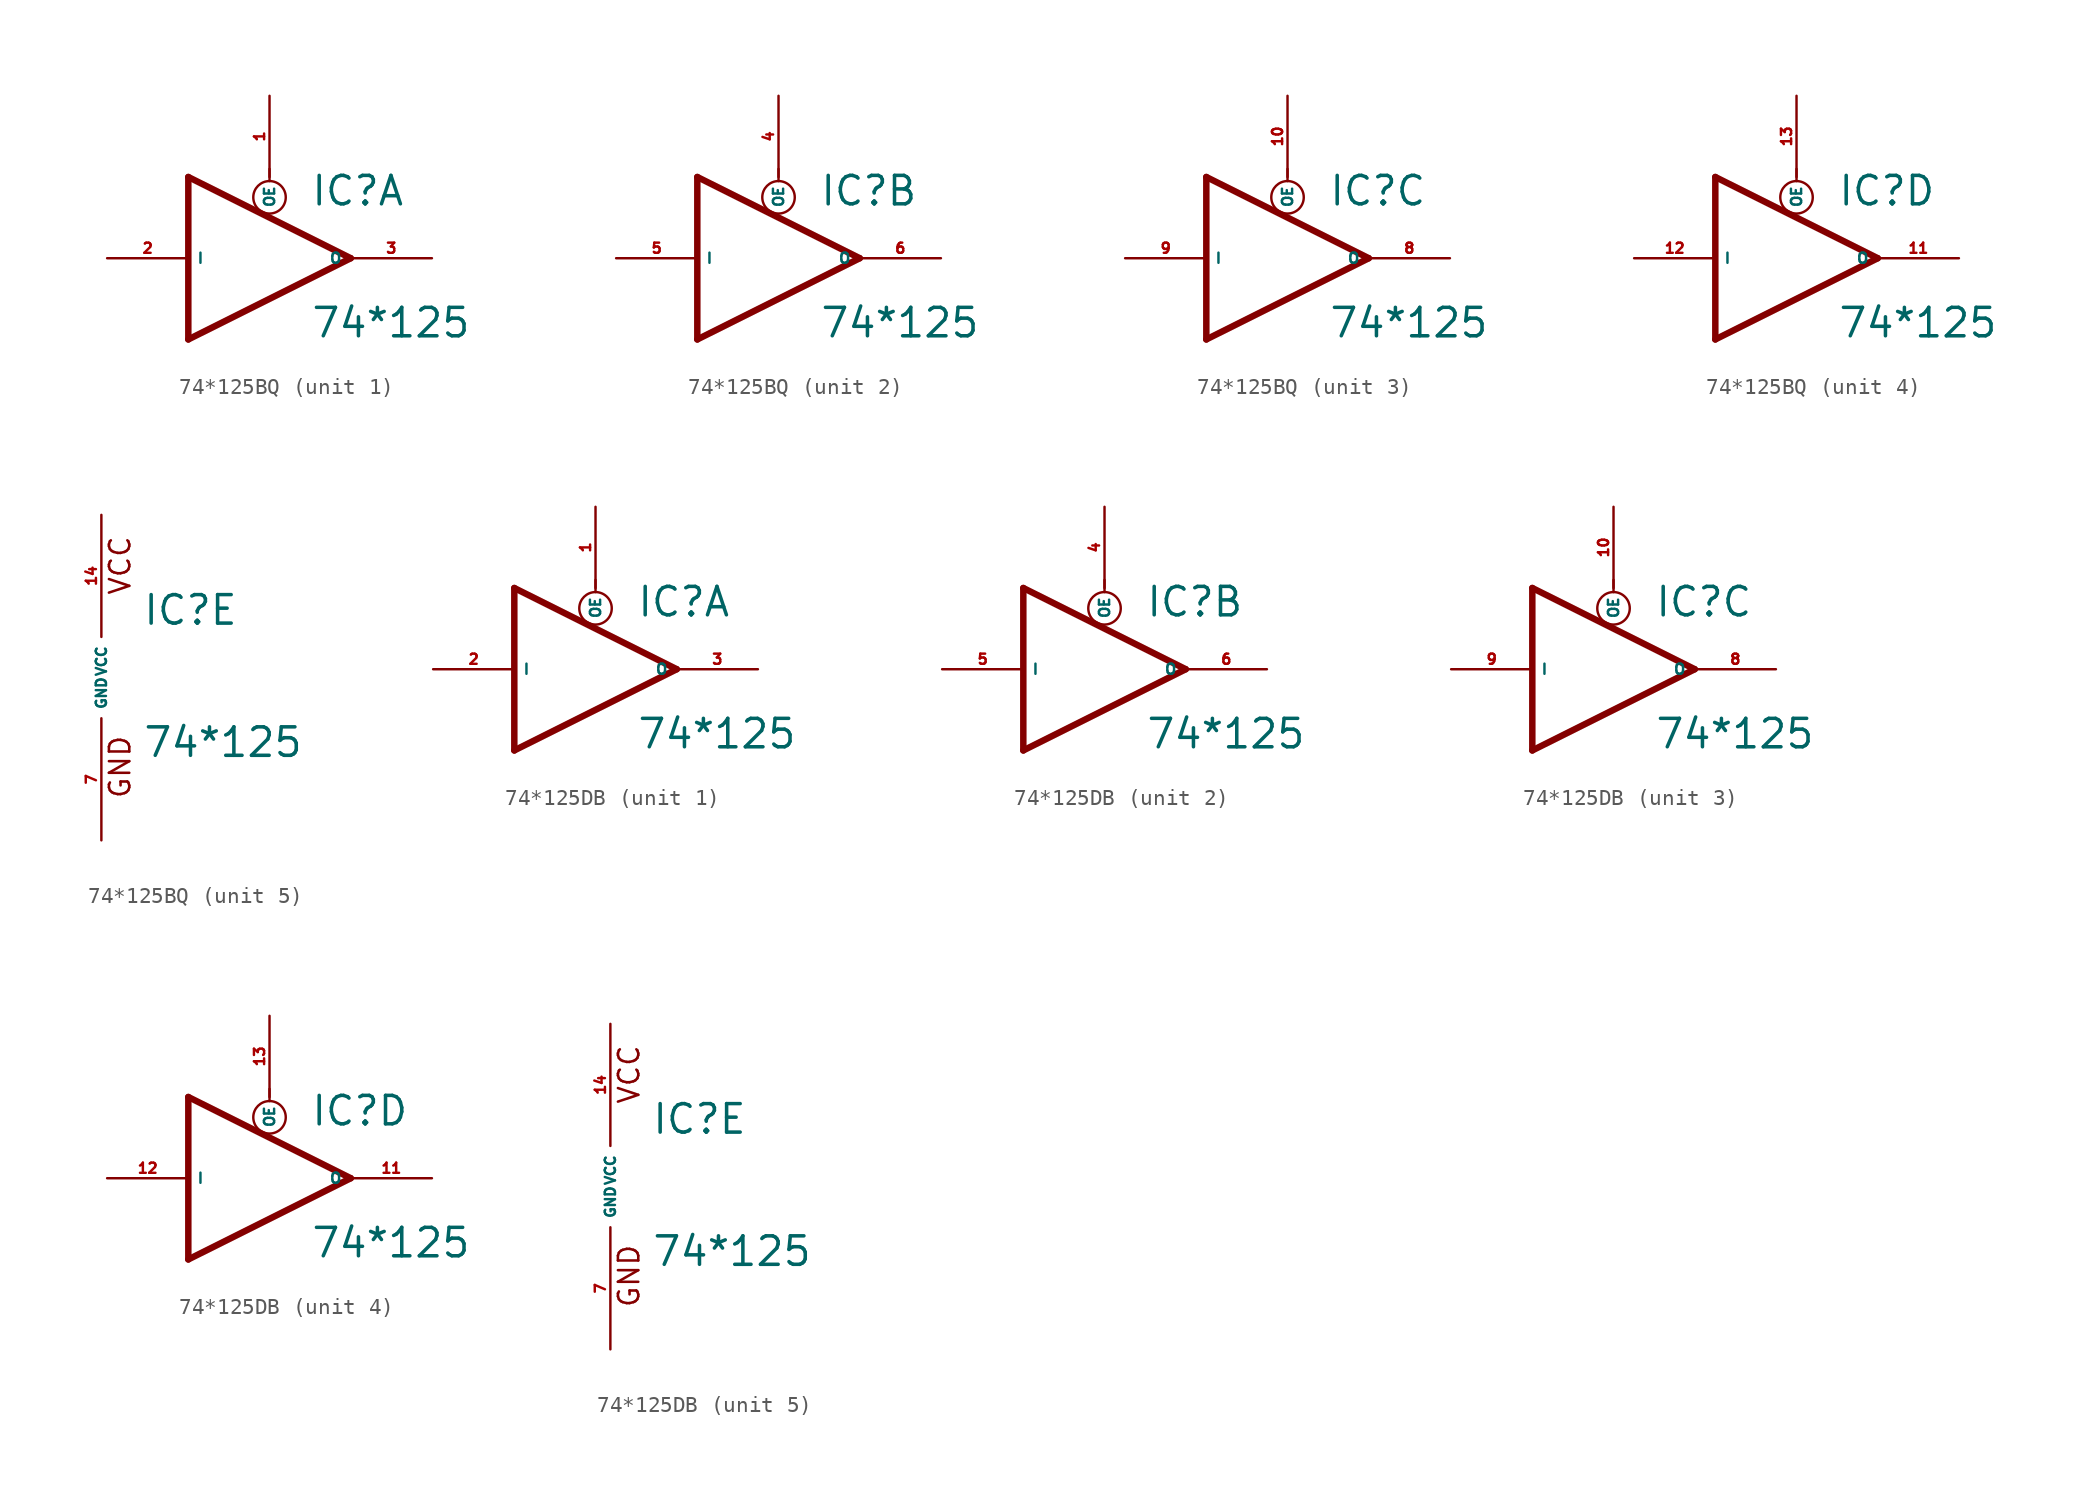
<source format=kicad_sym>
(kicad_symbol_lib
  (version 20220914)
  (generator Eagle2Kicad)
  (symbol "74*125BQ"
    (property "Reference" "IC"
      (at 2.54 3.175 0)
      (effects (font (size 1.778 1.778) (thickness 0.22)) (justify left bottom)))
    (property "Value" "74*125"
      (at 2.54 -5.08 0)
      (effects (font (size 1.778 1.778) (thickness 0.22)) (justify left bottom)))
    (symbol "74*125BQ_1_0"
      (polyline (pts (xy 5.08 0) (xy -5.08 5.08)) (stroke (width 0.406) (type default)) (fill (type none)))
      (polyline (pts (xy 5.08 0) (xy -5.08 -5.08)) (stroke (width 0.406) (type default)) (fill (type none)))
      (polyline (pts (xy -5.08 -5.08) (xy -5.08 5.08)) (stroke (width 0.406) (type default)) (fill (type none)))
      (polyline (pts (xy 0 4.826) (xy 0 5.588)) (stroke (width 0.152) (type default)) (fill (type none)))
      (circle (center 0 3.81) (radius 1.016) (stroke (width 0.152) (type default)) (fill (type none)))
      (pin input line (at 0 10.16 270) (length 5.08) (name "OE" (effects (font (size 0.635 0.635) (thickness 0.08)) (justify left bottom))) (number "1" (effects (font (size 0.635 0.635) (thickness 0.08)) (justify left bottom))))
      (pin input line (at -10.16 0 0) (length 5.08) (name "I" (effects (font (size 0.635 0.635) (thickness 0.08)) (justify left bottom))) (number "2" (effects (font (size 0.635 0.635) (thickness 0.08)) (justify left bottom))))
      (pin tri_state line (at 10.16 0 180) (length 5.08) (name "O" (effects (font (size 0.635 0.635) (thickness 0.08)) (justify left bottom))) (number "3" (effects (font (size 0.635 0.635) (thickness 0.08)) (justify left bottom)))))
    (symbol "74*125BQ_2_0"
      (polyline (pts (xy 5.08 0) (xy -5.08 5.08)) (stroke (width 0.406) (type default)) (fill (type none)))
      (polyline (pts (xy 5.08 0) (xy -5.08 -5.08)) (stroke (width 0.406) (type default)) (fill (type none)))
      (polyline (pts (xy -5.08 -5.08) (xy -5.08 5.08)) (stroke (width 0.406) (type default)) (fill (type none)))
      (polyline (pts (xy 0 4.826) (xy 0 5.588)) (stroke (width 0.152) (type default)) (fill (type none)))
      (circle (center 0 3.81) (radius 1.016) (stroke (width 0.152) (type default)) (fill (type none)))
      (pin input line (at 0 10.16 270) (length 5.08) (name "OE" (effects (font (size 0.635 0.635) (thickness 0.08)) (justify left bottom))) (number "4" (effects (font (size 0.635 0.635) (thickness 0.08)) (justify left bottom))))
      (pin input line (at -10.16 0 0) (length 5.08) (name "I" (effects (font (size 0.635 0.635) (thickness 0.08)) (justify left bottom))) (number "5" (effects (font (size 0.635 0.635) (thickness 0.08)) (justify left bottom))))
      (pin tri_state line (at 10.16 0 180) (length 5.08) (name "O" (effects (font (size 0.635 0.635) (thickness 0.08)) (justify left bottom))) (number "6" (effects (font (size 0.635 0.635) (thickness 0.08)) (justify left bottom)))))
    (symbol "74*125BQ_3_0"
      (polyline (pts (xy 5.08 0) (xy -5.08 5.08)) (stroke (width 0.406) (type default)) (fill (type none)))
      (polyline (pts (xy 5.08 0) (xy -5.08 -5.08)) (stroke (width 0.406) (type default)) (fill (type none)))
      (polyline (pts (xy -5.08 -5.08) (xy -5.08 5.08)) (stroke (width 0.406) (type default)) (fill (type none)))
      (polyline (pts (xy 0 4.826) (xy 0 5.588)) (stroke (width 0.152) (type default)) (fill (type none)))
      (circle (center 0 3.81) (radius 1.016) (stroke (width 0.152) (type default)) (fill (type none)))
      (pin input line (at 0 10.16 270) (length 5.08) (name "OE" (effects (font (size 0.635 0.635) (thickness 0.08)) (justify left bottom))) (number "10" (effects (font (size 0.635 0.635) (thickness 0.08)) (justify left bottom))))
      (pin input line (at -10.16 0 0) (length 5.08) (name "I" (effects (font (size 0.635 0.635) (thickness 0.08)) (justify left bottom))) (number "9" (effects (font (size 0.635 0.635) (thickness 0.08)) (justify left bottom))))
      (pin tri_state line (at 10.16 0 180) (length 5.08) (name "O" (effects (font (size 0.635 0.635) (thickness 0.08)) (justify left bottom))) (number "8" (effects (font (size 0.635 0.635) (thickness 0.08)) (justify left bottom)))))
    (symbol "74*125BQ_4_0"
      (polyline (pts (xy 5.08 0) (xy -5.08 5.08)) (stroke (width 0.406) (type default)) (fill (type none)))
      (polyline (pts (xy 5.08 0) (xy -5.08 -5.08)) (stroke (width 0.406) (type default)) (fill (type none)))
      (polyline (pts (xy -5.08 -5.08) (xy -5.08 5.08)) (stroke (width 0.406) (type default)) (fill (type none)))
      (polyline (pts (xy 0 4.826) (xy 0 5.588)) (stroke (width 0.152) (type default)) (fill (type none)))
      (circle (center 0 3.81) (radius 1.016) (stroke (width 0.152) (type default)) (fill (type none)))
      (pin input line (at 0 10.16 270) (length 5.08) (name "OE" (effects (font (size 0.635 0.635) (thickness 0.08)) (justify left bottom))) (number "13" (effects (font (size 0.635 0.635) (thickness 0.08)) (justify left bottom))))
      (pin input line (at -10.16 0 0) (length 5.08) (name "I" (effects (font (size 0.635 0.635) (thickness 0.08)) (justify left bottom))) (number "12" (effects (font (size 0.635 0.635) (thickness 0.08)) (justify left bottom))))
      (pin tri_state line (at 10.16 0 180) (length 5.08) (name "O" (effects (font (size 0.635 0.635) (thickness 0.08)) (justify left bottom))) (number "11" (effects (font (size 0.635 0.635) (thickness 0.08)) (justify left bottom)))))
    (symbol "74*125BQ_5_0"
      (text "GND" (at 1.905 -7.62 900) (effects (font (size 1.27 1.27) (thickness 0.16)) (justify left bottom)))
      (text "VCC" (at 1.905 5.08 900) (effects (font (size 1.27 1.27) (thickness 0.16)) (justify left bottom)))
      (pin unspecified line (at 0 -10.16 90) (length 7.62) (name "GND" (effects (font (size 0.635 0.635) (thickness 0.08)) (justify left bottom))) (number "7" (effects (font (size 0.635 0.635) (thickness 0.08)) (justify left bottom))))
      (pin unspecified line (at 0 10.16 270) (length 7.62) (name "VCC" (effects (font (size 0.635 0.635) (thickness 0.08)) (justify left bottom))) (number "14" (effects (font (size 0.635 0.635) (thickness 0.08)) (justify left bottom))))))
  (symbol "74*125DB"
    (property "Reference" "IC"
      (at 2.54 3.175 0)
      (effects (font (size 1.778 1.778) (thickness 0.22)) (justify left bottom)))
    (property "Value" "74*125"
      (at 2.54 -5.08 0)
      (effects (font (size 1.778 1.778) (thickness 0.22)) (justify left bottom)))
    (symbol "74*125DB_1_0"
      (polyline (pts (xy 5.08 0) (xy -5.08 5.08)) (stroke (width 0.406) (type default)) (fill (type none)))
      (polyline (pts (xy 5.08 0) (xy -5.08 -5.08)) (stroke (width 0.406) (type default)) (fill (type none)))
      (polyline (pts (xy -5.08 -5.08) (xy -5.08 5.08)) (stroke (width 0.406) (type default)) (fill (type none)))
      (polyline (pts (xy 0 4.826) (xy 0 5.588)) (stroke (width 0.152) (type default)) (fill (type none)))
      (circle (center 0 3.81) (radius 1.016) (stroke (width 0.152) (type default)) (fill (type none)))
      (pin input line (at 0 10.16 270) (length 5.08) (name "OE" (effects (font (size 0.635 0.635) (thickness 0.08)) (justify left bottom))) (number "1" (effects (font (size 0.635 0.635) (thickness 0.08)) (justify left bottom))))
      (pin input line (at -10.16 0 0) (length 5.08) (name "I" (effects (font (size 0.635 0.635) (thickness 0.08)) (justify left bottom))) (number "2" (effects (font (size 0.635 0.635) (thickness 0.08)) (justify left bottom))))
      (pin tri_state line (at 10.16 0 180) (length 5.08) (name "O" (effects (font (size 0.635 0.635) (thickness 0.08)) (justify left bottom))) (number "3" (effects (font (size 0.635 0.635) (thickness 0.08)) (justify left bottom)))))
    (symbol "74*125DB_2_0"
      (polyline (pts (xy 5.08 0) (xy -5.08 5.08)) (stroke (width 0.406) (type default)) (fill (type none)))
      (polyline (pts (xy 5.08 0) (xy -5.08 -5.08)) (stroke (width 0.406) (type default)) (fill (type none)))
      (polyline (pts (xy -5.08 -5.08) (xy -5.08 5.08)) (stroke (width 0.406) (type default)) (fill (type none)))
      (polyline (pts (xy 0 4.826) (xy 0 5.588)) (stroke (width 0.152) (type default)) (fill (type none)))
      (circle (center 0 3.81) (radius 1.016) (stroke (width 0.152) (type default)) (fill (type none)))
      (pin input line (at 0 10.16 270) (length 5.08) (name "OE" (effects (font (size 0.635 0.635) (thickness 0.08)) (justify left bottom))) (number "4" (effects (font (size 0.635 0.635) (thickness 0.08)) (justify left bottom))))
      (pin input line (at -10.16 0 0) (length 5.08) (name "I" (effects (font (size 0.635 0.635) (thickness 0.08)) (justify left bottom))) (number "5" (effects (font (size 0.635 0.635) (thickness 0.08)) (justify left bottom))))
      (pin tri_state line (at 10.16 0 180) (length 5.08) (name "O" (effects (font (size 0.635 0.635) (thickness 0.08)) (justify left bottom))) (number "6" (effects (font (size 0.635 0.635) (thickness 0.08)) (justify left bottom)))))
    (symbol "74*125DB_3_0"
      (polyline (pts (xy 5.08 0) (xy -5.08 5.08)) (stroke (width 0.406) (type default)) (fill (type none)))
      (polyline (pts (xy 5.08 0) (xy -5.08 -5.08)) (stroke (width 0.406) (type default)) (fill (type none)))
      (polyline (pts (xy -5.08 -5.08) (xy -5.08 5.08)) (stroke (width 0.406) (type default)) (fill (type none)))
      (polyline (pts (xy 0 4.826) (xy 0 5.588)) (stroke (width 0.152) (type default)) (fill (type none)))
      (circle (center 0 3.81) (radius 1.016) (stroke (width 0.152) (type default)) (fill (type none)))
      (pin input line (at 0 10.16 270) (length 5.08) (name "OE" (effects (font (size 0.635 0.635) (thickness 0.08)) (justify left bottom))) (number "10" (effects (font (size 0.635 0.635) (thickness 0.08)) (justify left bottom))))
      (pin input line (at -10.16 0 0) (length 5.08) (name "I" (effects (font (size 0.635 0.635) (thickness 0.08)) (justify left bottom))) (number "9" (effects (font (size 0.635 0.635) (thickness 0.08)) (justify left bottom))))
      (pin tri_state line (at 10.16 0 180) (length 5.08) (name "O" (effects (font (size 0.635 0.635) (thickness 0.08)) (justify left bottom))) (number "8" (effects (font (size 0.635 0.635) (thickness 0.08)) (justify left bottom)))))
    (symbol "74*125DB_4_0"
      (polyline (pts (xy 5.08 0) (xy -5.08 5.08)) (stroke (width 0.406) (type default)) (fill (type none)))
      (polyline (pts (xy 5.08 0) (xy -5.08 -5.08)) (stroke (width 0.406) (type default)) (fill (type none)))
      (polyline (pts (xy -5.08 -5.08) (xy -5.08 5.08)) (stroke (width 0.406) (type default)) (fill (type none)))
      (polyline (pts (xy 0 4.826) (xy 0 5.588)) (stroke (width 0.152) (type default)) (fill (type none)))
      (circle (center 0 3.81) (radius 1.016) (stroke (width 0.152) (type default)) (fill (type none)))
      (pin input line (at 0 10.16 270) (length 5.08) (name "OE" (effects (font (size 0.635 0.635) (thickness 0.08)) (justify left bottom))) (number "13" (effects (font (size 0.635 0.635) (thickness 0.08)) (justify left bottom))))
      (pin input line (at -10.16 0 0) (length 5.08) (name "I" (effects (font (size 0.635 0.635) (thickness 0.08)) (justify left bottom))) (number "12" (effects (font (size 0.635 0.635) (thickness 0.08)) (justify left bottom))))
      (pin tri_state line (at 10.16 0 180) (length 5.08) (name "O" (effects (font (size 0.635 0.635) (thickness 0.08)) (justify left bottom))) (number "11" (effects (font (size 0.635 0.635) (thickness 0.08)) (justify left bottom)))))
    (symbol "74*125DB_5_0"
      (text "GND" (at 1.905 -7.62 900) (effects (font (size 1.27 1.27) (thickness 0.16)) (justify left bottom)))
      (text "VCC" (at 1.905 5.08 900) (effects (font (size 1.27 1.27) (thickness 0.16)) (justify left bottom)))
      (pin unspecified line (at 0 -10.16 90) (length 7.62) (name "GND" (effects (font (size 0.635 0.635) (thickness 0.08)) (justify left bottom))) (number "7" (effects (font (size 0.635 0.635) (thickness 0.08)) (justify left bottom))))
      (pin unspecified line (at 0 10.16 270) (length 7.62) (name "VCC" (effects (font (size 0.635 0.635) (thickness 0.08)) (justify left bottom))) (number "14" (effects (font (size 0.635 0.635) (thickness 0.08)) (justify left bottom)))))))
</source>
